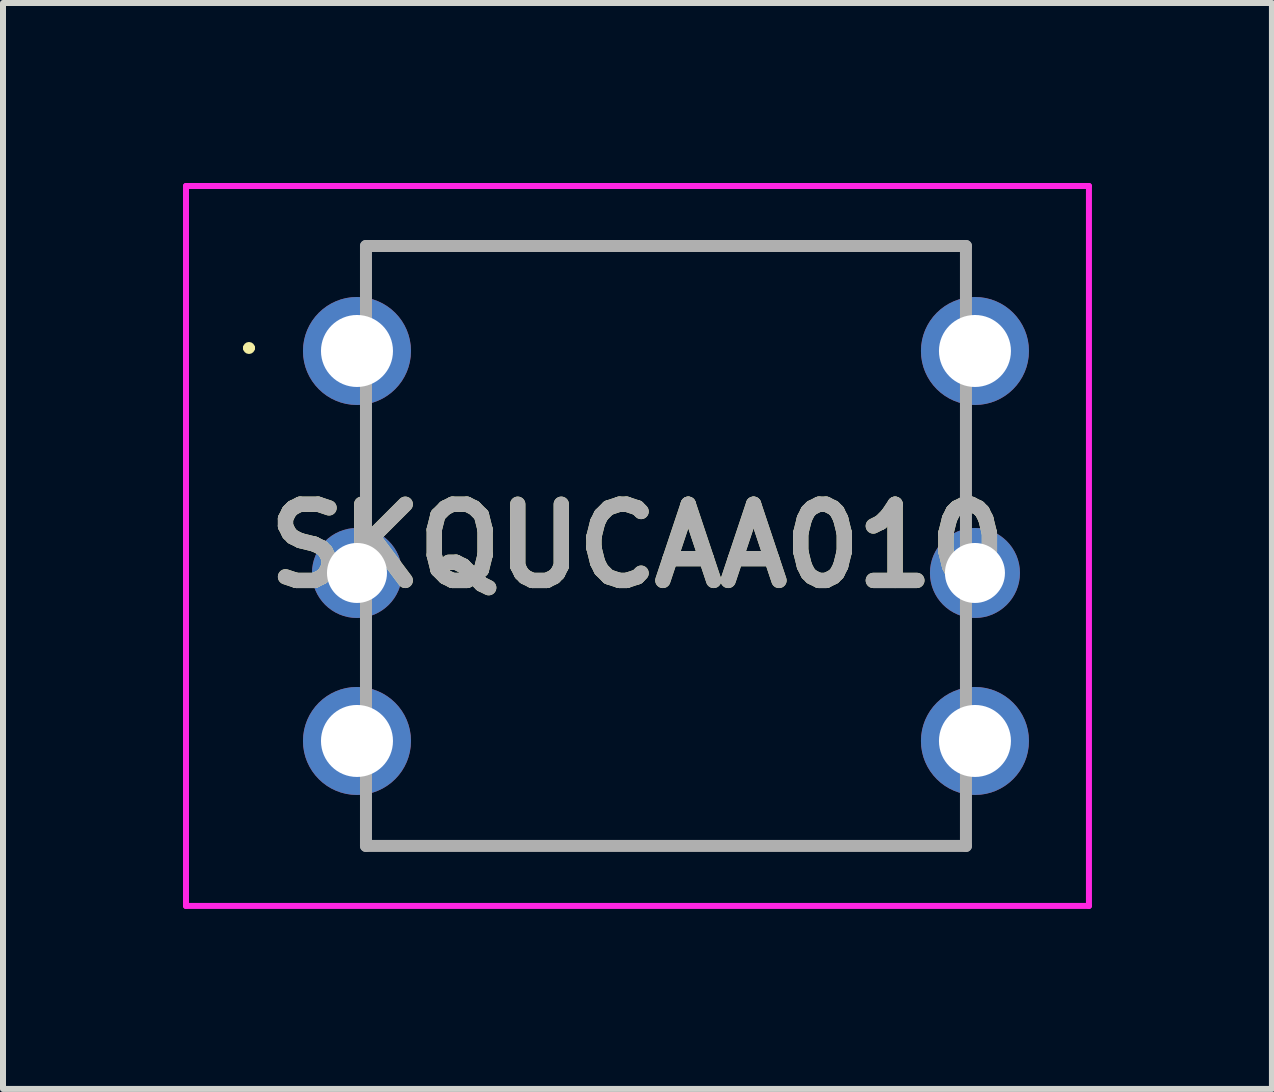
<source format=kicad_pcb>
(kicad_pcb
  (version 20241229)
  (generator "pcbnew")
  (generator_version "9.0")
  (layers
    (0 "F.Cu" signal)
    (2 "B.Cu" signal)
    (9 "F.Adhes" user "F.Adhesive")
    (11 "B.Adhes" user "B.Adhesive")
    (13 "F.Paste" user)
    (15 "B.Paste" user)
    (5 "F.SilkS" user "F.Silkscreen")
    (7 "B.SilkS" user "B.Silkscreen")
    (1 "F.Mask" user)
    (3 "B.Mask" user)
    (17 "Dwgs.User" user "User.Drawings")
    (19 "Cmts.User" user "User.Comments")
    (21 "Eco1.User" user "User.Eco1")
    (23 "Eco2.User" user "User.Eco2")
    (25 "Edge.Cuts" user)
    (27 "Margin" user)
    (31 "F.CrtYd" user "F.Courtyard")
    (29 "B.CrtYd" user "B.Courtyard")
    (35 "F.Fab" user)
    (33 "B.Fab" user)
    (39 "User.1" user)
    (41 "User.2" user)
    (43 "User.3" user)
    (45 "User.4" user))
  (footprint "SKQUCAA010"
    (layer "F.Cu")
    (at 2.9 2.8)
    (property "Reference" "SKQUCAA010" (at 4.675 3.25 0) (layer "F.SilkS") (effects (font (size 1.27 1.27) (thickness 0.254))))
    (attr through_hole)
    (fp_line (start -1.85 -0.05) (end -1.85 -0.05) (stroke (width 0.1) (type solid)) (layer "F.SilkS"))
    (fp_line (start -1.75 -0.05) (end -1.75 -0.05) (stroke (width 0.1) (type solid)) (layer "F.SilkS"))
    (fp_line (start 0.95 8.25) (end 8.45 8.25) (stroke (width 0.1) (type solid)) (layer "F.SilkS"))
    (fp_line (start 1.25 -1.75) (end 8.15 -1.75) (stroke (width 0.1) (type solid)) (layer "F.SilkS"))
    (fp_arc (start -1.85 -0.05) (mid -1.8 -0.1) (end -1.75 -0.05) (stroke (width 0.1) (type solid)) (layer "F.SilkS"))
    (fp_arc (start -1.75 -0.05) (mid -1.8 0) (end -1.85 -0.05) (stroke (width 0.1) (type solid)) (layer "F.SilkS"))
    (fp_line (start -2.85 -2.75) (end 12.2 -2.75) (stroke (width 0.1) (type solid)) (layer "F.CrtYd"))
    (fp_line (start -2.85 9.25) (end -2.85 -2.75) (stroke (width 0.1) (type solid)) (layer "F.CrtYd"))
    (fp_line (start 12.2 -2.75) (end 12.2 9.25) (stroke (width 0.1) (type solid)) (layer "F.CrtYd"))
    (fp_line (start 12.2 9.25) (end -2.85 9.25) (stroke (width 0.1) (type solid)) (layer "F.CrtYd"))
    (fp_line (start 0.15 -1.75) (end 10.15 -1.75) (stroke (width 0.2) (type solid)) (layer "F.Fab"))
    (fp_line (start 0.15 8.25) (end 0.15 -1.75) (stroke (width 0.2) (type solid)) (layer "F.Fab"))
    (fp_line (start 10.15 -1.75) (end 10.15 8.25) (stroke (width 0.2) (type solid)) (layer "F.Fab"))
    (fp_line (start 10.15 8.25) (end 0.15 8.25) (stroke (width 0.2) (type solid)) (layer "F.Fab"))
    (fp_text user "${REFERENCE}" (at 4.675 3.25 0) (layer "F.Fab") (effects (font (size 1.27 1.27) (thickness 0.254))))
    (pad "1" thru_hole circle (at 0 0) (size 1.8 1.8) (drill 1.2) (layers "*.Cu" "*.Mask"))
    (pad "2" thru_hole circle (at 0 3.7) (size 1.5 1.5) (drill 1) (layers "*.Cu" "*.Mask"))
    (pad "3" thru_hole circle (at 0 6.5) (size 1.8 1.8) (drill 1.2) (layers "*.Cu" "*.Mask"))
    (pad "4" thru_hole circle (at 10.3 6.5) (size 1.8 1.8) (drill 1.2) (layers "*.Cu" "*.Mask"))
    (pad "5" thru_hole circle (at 10.3 3.7) (size 1.5 1.5) (drill 1) (layers "*.Cu" "*.Mask"))
    (pad "6" thru_hole circle (at 10.3 0) (size 1.8 1.8) (drill 1.2) (layers "*.Cu" "*.Mask")))
  (gr_rect
    (start -3 -3)
    (end 18.15 15.1)
    (stroke (width 0.1) (type default))
    (fill no)
    (layer "Edge.Cuts")))
</source>
